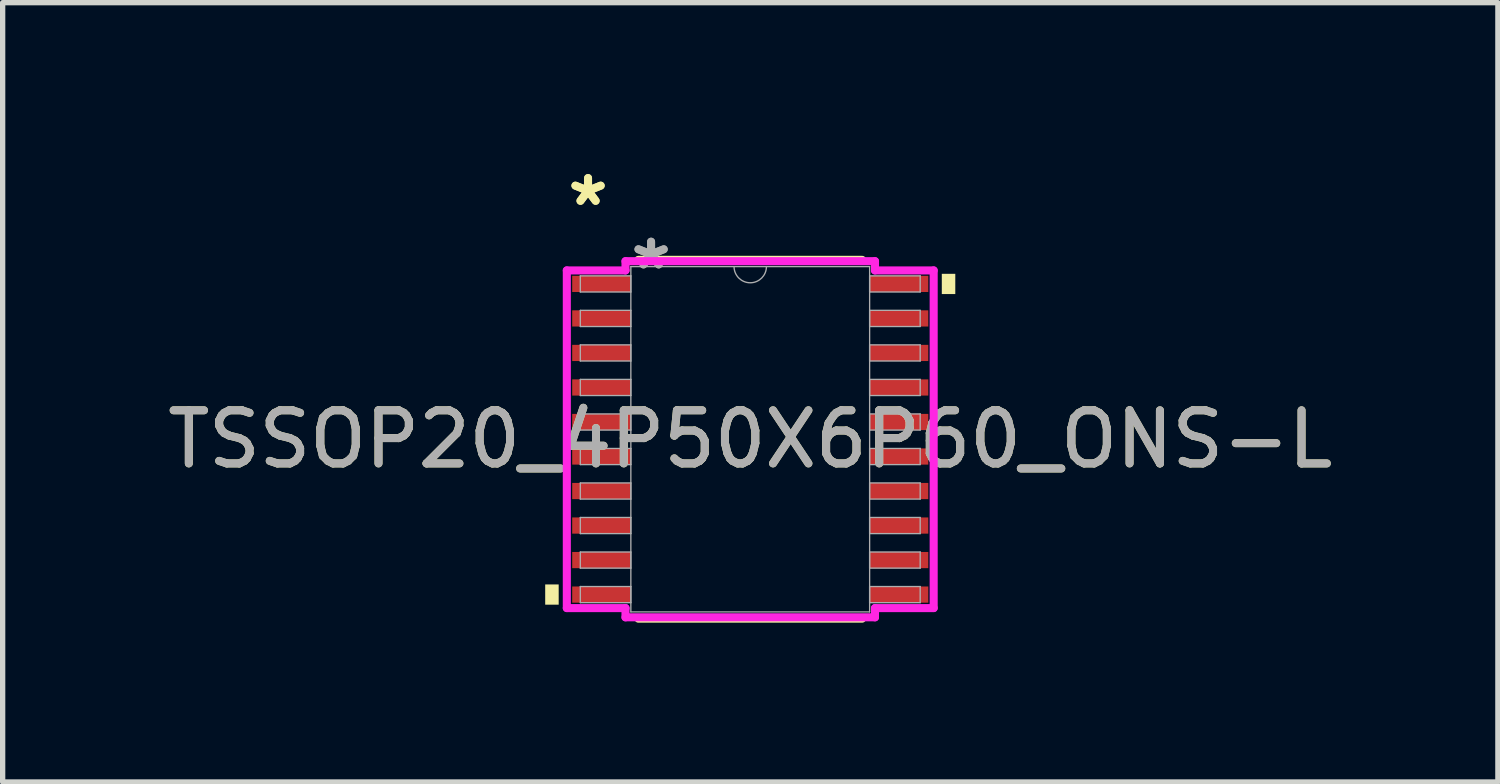
<source format=kicad_pcb>
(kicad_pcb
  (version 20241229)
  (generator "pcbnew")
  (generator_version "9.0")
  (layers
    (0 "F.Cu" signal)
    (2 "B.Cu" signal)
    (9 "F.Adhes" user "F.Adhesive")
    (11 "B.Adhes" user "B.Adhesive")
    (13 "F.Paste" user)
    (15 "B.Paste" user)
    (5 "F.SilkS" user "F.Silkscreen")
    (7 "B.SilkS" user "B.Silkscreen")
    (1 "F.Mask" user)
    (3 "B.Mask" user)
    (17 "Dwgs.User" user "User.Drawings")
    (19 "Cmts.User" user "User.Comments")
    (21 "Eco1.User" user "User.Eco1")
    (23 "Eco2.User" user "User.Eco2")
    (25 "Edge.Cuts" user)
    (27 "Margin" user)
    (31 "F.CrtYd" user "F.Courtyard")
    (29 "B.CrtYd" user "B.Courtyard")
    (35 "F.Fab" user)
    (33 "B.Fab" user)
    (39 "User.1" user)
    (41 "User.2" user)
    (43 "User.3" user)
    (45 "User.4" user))
  (footprint "TSSOP20_4P50X6P60_ONS-L"
    (layer "F.Cu")
    (at 11.077 5.221)
    (property "Reference" "TSSOP20_4P50X6P60_ONS-L" (at 0 0 0) (unlocked yes) (layer "F.SilkS") (effects (font (size 1 1) (thickness 0.15))))
    (attr smd)
    (fp_line (start -2.106 3.378) (end 2.106 3.378) (stroke (width 0.152) (type solid)) (layer "F.SilkS"))
    (fp_line (start 2.106 -3.378) (end -2.106 -3.378) (stroke (width 0.152) (type solid)) (layer "F.SilkS"))
    (fp_poly (pts (xy -3.861 2.734) (xy -3.861 3.115) (xy -3.607 3.115) (xy -3.607 2.734)) (stroke (width 0) (type solid)) (fill yes) (layer "F.SilkS"))
    (fp_poly (pts (xy 3.861 -3.115) (xy 3.861 -2.734) (xy 3.607 -2.734) (xy 3.607 -3.115)) (stroke (width 0) (type solid)) (fill yes) (layer "F.SilkS"))
    (fp_line (start -3.454 -3.179) (end -2.349 -3.179) (stroke (width 0.152) (type solid)) (layer "F.CrtYd"))
    (fp_line (start -3.454 3.179) (end -3.454 -3.179) (stroke (width 0.152) (type solid)) (layer "F.CrtYd"))
    (fp_line (start -3.454 3.179) (end -2.349 3.179) (stroke (width 0.152) (type solid)) (layer "F.CrtYd"))
    (fp_line (start -2.349 -3.353) (end 2.349 -3.353) (stroke (width 0.152) (type solid)) (layer "F.CrtYd"))
    (fp_line (start -2.349 -3.179) (end -2.349 -3.353) (stroke (width 0.152) (type solid)) (layer "F.CrtYd"))
    (fp_line (start -2.349 3.353) (end -2.349 3.179) (stroke (width 0.152) (type solid)) (layer "F.CrtYd"))
    (fp_line (start 2.349 -3.353) (end 2.349 -3.179) (stroke (width 0.152) (type solid)) (layer "F.CrtYd"))
    (fp_line (start 2.349 3.179) (end 2.349 3.353) (stroke (width 0.152) (type solid)) (layer "F.CrtYd"))
    (fp_line (start 2.349 3.353) (end -2.349 3.353) (stroke (width 0.152) (type solid)) (layer "F.CrtYd"))
    (fp_line (start 3.454 -3.179) (end 2.349 -3.179) (stroke (width 0.152) (type solid)) (layer "F.CrtYd"))
    (fp_line (start 3.454 -3.179) (end 3.454 3.179) (stroke (width 0.152) (type solid)) (layer "F.CrtYd"))
    (fp_line (start 3.454 3.179) (end 2.349 3.179) (stroke (width 0.152) (type solid)) (layer "F.CrtYd"))
    (fp_line (start -3.2 -3.077) (end -3.2 -2.773) (stroke (width 0.025) (type solid)) (layer "F.Fab"))
    (fp_line (start -3.2 -2.773) (end -2.248 -2.773) (stroke (width 0.025) (type solid)) (layer "F.Fab"))
    (fp_line (start -3.2 -2.427) (end -3.2 -2.123) (stroke (width 0.025) (type solid)) (layer "F.Fab"))
    (fp_line (start -3.2 -2.123) (end -2.248 -2.123) (stroke (width 0.025) (type solid)) (layer "F.Fab"))
    (fp_line (start -3.2 -1.777) (end -3.2 -1.473) (stroke (width 0.025) (type solid)) (layer "F.Fab"))
    (fp_line (start -3.2 -1.473) (end -2.248 -1.473) (stroke (width 0.025) (type solid)) (layer "F.Fab"))
    (fp_line (start -3.2 -1.127) (end -3.2 -0.823) (stroke (width 0.025) (type solid)) (layer "F.Fab"))
    (fp_line (start -3.2 -0.823) (end -2.248 -0.823) (stroke (width 0.025) (type solid)) (layer "F.Fab"))
    (fp_line (start -3.2 -0.477) (end -3.2 -0.173) (stroke (width 0.025) (type solid)) (layer "F.Fab"))
    (fp_line (start -3.2 -0.173) (end -2.248 -0.173) (stroke (width 0.025) (type solid)) (layer "F.Fab"))
    (fp_line (start -3.2 0.173) (end -3.2 0.477) (stroke (width 0.025) (type solid)) (layer "F.Fab"))
    (fp_line (start -3.2 0.477) (end -2.248 0.477) (stroke (width 0.025) (type solid)) (layer "F.Fab"))
    (fp_line (start -3.2 0.823) (end -3.2 1.127) (stroke (width 0.025) (type solid)) (layer "F.Fab"))
    (fp_line (start -3.2 1.127) (end -2.248 1.127) (stroke (width 0.025) (type solid)) (layer "F.Fab"))
    (fp_line (start -3.2 1.473) (end -3.2 1.777) (stroke (width 0.025) (type solid)) (layer "F.Fab"))
    (fp_line (start -3.2 1.777) (end -2.248 1.777) (stroke (width 0.025) (type solid)) (layer "F.Fab"))
    (fp_line (start -3.2 2.123) (end -3.2 2.427) (stroke (width 0.025) (type solid)) (layer "F.Fab"))
    (fp_line (start -3.2 2.427) (end -2.248 2.427) (stroke (width 0.025) (type solid)) (layer "F.Fab"))
    (fp_line (start -3.2 2.773) (end -3.2 3.077) (stroke (width 0.025) (type solid)) (layer "F.Fab"))
    (fp_line (start -3.2 3.077) (end -2.248 3.077) (stroke (width 0.025) (type solid)) (layer "F.Fab"))
    (fp_line (start -2.248 -3.251) (end -2.248 3.251) (stroke (width 0.025) (type solid)) (layer "F.Fab"))
    (fp_line (start -2.248 -3.077) (end -3.2 -3.077) (stroke (width 0.025) (type solid)) (layer "F.Fab"))
    (fp_line (start -2.248 -2.773) (end -2.248 -3.077) (stroke (width 0.025) (type solid)) (layer "F.Fab"))
    (fp_line (start -2.248 -2.427) (end -3.2 -2.427) (stroke (width 0.025) (type solid)) (layer "F.Fab"))
    (fp_line (start -2.248 -2.123) (end -2.248 -2.427) (stroke (width 0.025) (type solid)) (layer "F.Fab"))
    (fp_line (start -2.248 -1.777) (end -3.2 -1.777) (stroke (width 0.025) (type solid)) (layer "F.Fab"))
    (fp_line (start -2.248 -1.473) (end -2.248 -1.777) (stroke (width 0.025) (type solid)) (layer "F.Fab"))
    (fp_line (start -2.248 -1.127) (end -3.2 -1.127) (stroke (width 0.025) (type solid)) (layer "F.Fab"))
    (fp_line (start -2.248 -0.823) (end -2.248 -1.127) (stroke (width 0.025) (type solid)) (layer "F.Fab"))
    (fp_line (start -2.248 -0.477) (end -3.2 -0.477) (stroke (width 0.025) (type solid)) (layer "F.Fab"))
    (fp_line (start -2.248 -0.173) (end -2.248 -0.477) (stroke (width 0.025) (type solid)) (layer "F.Fab"))
    (fp_line (start -2.248 0.173) (end -3.2 0.173) (stroke (width 0.025) (type solid)) (layer "F.Fab"))
    (fp_line (start -2.248 0.477) (end -2.248 0.173) (stroke (width 0.025) (type solid)) (layer "F.Fab"))
    (fp_line (start -2.248 0.823) (end -3.2 0.823) (stroke (width 0.025) (type solid)) (layer "F.Fab"))
    (fp_line (start -2.248 1.127) (end -2.248 0.823) (stroke (width 0.025) (type solid)) (layer "F.Fab"))
    (fp_line (start -2.248 1.473) (end -3.2 1.473) (stroke (width 0.025) (type solid)) (layer "F.Fab"))
    (fp_line (start -2.248 1.777) (end -2.248 1.473) (stroke (width 0.025) (type solid)) (layer "F.Fab"))
    (fp_line (start -2.248 2.123) (end -3.2 2.123) (stroke (width 0.025) (type solid)) (layer "F.Fab"))
    (fp_line (start -2.248 2.427) (end -2.248 2.123) (stroke (width 0.025) (type solid)) (layer "F.Fab"))
    (fp_line (start -2.248 2.773) (end -3.2 2.773) (stroke (width 0.025) (type solid)) (layer "F.Fab"))
    (fp_line (start -2.248 3.077) (end -2.248 2.773) (stroke (width 0.025) (type solid)) (layer "F.Fab"))
    (fp_line (start -2.248 3.251) (end 2.248 3.251) (stroke (width 0.025) (type solid)) (layer "F.Fab"))
    (fp_line (start 2.248 -3.251) (end -2.248 -3.251) (stroke (width 0.025) (type solid)) (layer "F.Fab"))
    (fp_line (start 2.248 -3.077) (end 2.248 -2.773) (stroke (width 0.025) (type solid)) (layer "F.Fab"))
    (fp_line (start 2.248 -2.773) (end 3.2 -2.773) (stroke (width 0.025) (type solid)) (layer "F.Fab"))
    (fp_line (start 2.248 -2.427) (end 2.248 -2.123) (stroke (width 0.025) (type solid)) (layer "F.Fab"))
    (fp_line (start 2.248 -2.123) (end 3.2 -2.123) (stroke (width 0.025) (type solid)) (layer "F.Fab"))
    (fp_line (start 2.248 -1.777) (end 2.248 -1.473) (stroke (width 0.025) (type solid)) (layer "F.Fab"))
    (fp_line (start 2.248 -1.473) (end 3.2 -1.473) (stroke (width 0.025) (type solid)) (layer "F.Fab"))
    (fp_line (start 2.248 -1.127) (end 2.248 -0.823) (stroke (width 0.025) (type solid)) (layer "F.Fab"))
    (fp_line (start 2.248 -0.823) (end 3.2 -0.823) (stroke (width 0.025) (type solid)) (layer "F.Fab"))
    (fp_line (start 2.248 -0.477) (end 2.248 -0.173) (stroke (width 0.025) (type solid)) (layer "F.Fab"))
    (fp_line (start 2.248 -0.173) (end 3.2 -0.173) (stroke (width 0.025) (type solid)) (layer "F.Fab"))
    (fp_line (start 2.248 0.173) (end 2.248 0.477) (stroke (width 0.025) (type solid)) (layer "F.Fab"))
    (fp_line (start 2.248 0.477) (end 3.2 0.477) (stroke (width 0.025) (type solid)) (layer "F.Fab"))
    (fp_line (start 2.248 0.823) (end 2.248 1.127) (stroke (width 0.025) (type solid)) (layer "F.Fab"))
    (fp_line (start 2.248 1.127) (end 3.2 1.127) (stroke (width 0.025) (type solid)) (layer "F.Fab"))
    (fp_line (start 2.248 1.473) (end 2.248 1.777) (stroke (width 0.025) (type solid)) (layer "F.Fab"))
    (fp_line (start 2.248 1.777) (end 3.2 1.777) (stroke (width 0.025) (type solid)) (layer "F.Fab"))
    (fp_line (start 2.248 2.123) (end 2.248 2.427) (stroke (width 0.025) (type solid)) (layer "F.Fab"))
    (fp_line (start 2.248 2.427) (end 3.2 2.427) (stroke (width 0.025) (type solid)) (layer "F.Fab"))
    (fp_line (start 2.248 2.773) (end 2.248 3.077) (stroke (width 0.025) (type solid)) (layer "F.Fab"))
    (fp_line (start 2.248 3.077) (end 3.2 3.077) (stroke (width 0.025) (type solid)) (layer "F.Fab"))
    (fp_line (start 2.248 3.251) (end 2.248 -3.251) (stroke (width 0.025) (type solid)) (layer "F.Fab"))
    (fp_line (start 3.2 -3.077) (end 2.248 -3.077) (stroke (width 0.025) (type solid)) (layer "F.Fab"))
    (fp_line (start 3.2 -2.773) (end 3.2 -3.077) (stroke (width 0.025) (type solid)) (layer "F.Fab"))
    (fp_line (start 3.2 -2.427) (end 2.248 -2.427) (stroke (width 0.025) (type solid)) (layer "F.Fab"))
    (fp_line (start 3.2 -2.123) (end 3.2 -2.427) (stroke (width 0.025) (type solid)) (layer "F.Fab"))
    (fp_line (start 3.2 -1.777) (end 2.248 -1.777) (stroke (width 0.025) (type solid)) (layer "F.Fab"))
    (fp_line (start 3.2 -1.473) (end 3.2 -1.777) (stroke (width 0.025) (type solid)) (layer "F.Fab"))
    (fp_line (start 3.2 -1.127) (end 2.248 -1.127) (stroke (width 0.025) (type solid)) (layer "F.Fab"))
    (fp_line (start 3.2 -0.823) (end 3.2 -1.127) (stroke (width 0.025) (type solid)) (layer "F.Fab"))
    (fp_line (start 3.2 -0.477) (end 2.248 -0.477) (stroke (width 0.025) (type solid)) (layer "F.Fab"))
    (fp_line (start 3.2 -0.173) (end 3.2 -0.477) (stroke (width 0.025) (type solid)) (layer "F.Fab"))
    (fp_line (start 3.2 0.173) (end 2.248 0.173) (stroke (width 0.025) (type solid)) (layer "F.Fab"))
    (fp_line (start 3.2 0.477) (end 3.2 0.173) (stroke (width 0.025) (type solid)) (layer "F.Fab"))
    (fp_line (start 3.2 0.823) (end 2.248 0.823) (stroke (width 0.025) (type solid)) (layer "F.Fab"))
    (fp_line (start 3.2 1.127) (end 3.2 0.823) (stroke (width 0.025) (type solid)) (layer "F.Fab"))
    (fp_line (start 3.2 1.473) (end 2.248 1.473) (stroke (width 0.025) (type solid)) (layer "F.Fab"))
    (fp_line (start 3.2 1.777) (end 3.2 1.473) (stroke (width 0.025) (type solid)) (layer "F.Fab"))
    (fp_line (start 3.2 2.123) (end 2.248 2.123) (stroke (width 0.025) (type solid)) (layer "F.Fab"))
    (fp_line (start 3.2 2.427) (end 3.2 2.123) (stroke (width 0.025) (type solid)) (layer "F.Fab"))
    (fp_line (start 3.2 2.773) (end 2.248 2.773) (stroke (width 0.025) (type solid)) (layer "F.Fab"))
    (fp_line (start 3.2 3.077) (end 3.2 2.773) (stroke (width 0.025) (type solid)) (layer "F.Fab"))
    (fp_arc (start 0.3048 -3.2512) (mid 0 -2.9464) (end -0.3048 -3.2512) (stroke (width 0.0254) (type solid)) (layer "F.Fab"))
    (fp_text user "*" (at -3.054 -4.373 0) (unlocked yes) (layer "F.SilkS") (effects (font (size 1 1) (thickness 0.15))))
    (fp_text user "*" (at -3.054 -4.373 0) (layer "F.SilkS") (effects (font (size 1 1) (thickness 0.15))))
    (fp_text user "${REFERENCE}" (at 0 0 0) (unlocked yes) (layer "F.Fab") (effects (font (size 1 1) (thickness 0.15))))
    (fp_text user "*" (at -1.867 -3.175 0) (layer "F.Fab") (effects (font (size 1 1) (thickness 0.15))))
    (fp_text user "*" (at -1.867 -3.175 0) (unlocked yes) (layer "F.Fab") (effects (font (size 1 1) (thickness 0.15))))
    (pad "1" smd rect (at -2.8 -2.925) (size 1.105 0.305) (layers "F.Cu" "F.Mask" "F.Paste"))
    (pad "2" smd rect (at -2.8 -2.275) (size 1.105 0.305) (layers "F.Cu" "F.Mask" "F.Paste"))
    (pad "3" smd rect (at -2.8 -1.625) (size 1.105 0.305) (layers "F.Cu" "F.Mask" "F.Paste"))
    (pad "4" smd rect (at -2.8 -0.975) (size 1.105 0.305) (layers "F.Cu" "F.Mask" "F.Paste"))
    (pad "5" smd rect (at -2.8 -0.325) (size 1.105 0.305) (layers "F.Cu" "F.Mask" "F.Paste"))
    (pad "6" smd rect (at -2.8 0.325) (size 1.105 0.305) (layers "F.Cu" "F.Mask" "F.Paste"))
    (pad "7" smd rect (at -2.8 0.975) (size 1.105 0.305) (layers "F.Cu" "F.Mask" "F.Paste"))
    (pad "8" smd rect (at -2.8 1.625) (size 1.105 0.305) (layers "F.Cu" "F.Mask" "F.Paste"))
    (pad "9" smd rect (at -2.8 2.275) (size 1.105 0.305) (layers "F.Cu" "F.Mask" "F.Paste"))
    (pad "10" smd rect (at -2.8 2.925) (size 1.105 0.305) (layers "F.Cu" "F.Mask" "F.Paste"))
    (pad "11" smd rect (at 2.8 2.925) (size 1.105 0.305) (layers "F.Cu" "F.Mask" "F.Paste"))
    (pad "12" smd rect (at 2.8 2.275) (size 1.105 0.305) (layers "F.Cu" "F.Mask" "F.Paste"))
    (pad "13" smd rect (at 2.8 1.625) (size 1.105 0.305) (layers "F.Cu" "F.Mask" "F.Paste"))
    (pad "14" smd rect (at 2.8 0.975) (size 1.105 0.305) (layers "F.Cu" "F.Mask" "F.Paste"))
    (pad "15" smd rect (at 2.8 0.325) (size 1.105 0.305) (layers "F.Cu" "F.Mask" "F.Paste"))
    (pad "16" smd rect (at 2.8 -0.325) (size 1.105 0.305) (layers "F.Cu" "F.Mask" "F.Paste"))
    (pad "17" smd rect (at 2.8 -0.975) (size 1.105 0.305) (layers "F.Cu" "F.Mask" "F.Paste"))
    (pad "18" smd rect (at 2.8 -1.625) (size 1.105 0.305) (layers "F.Cu" "F.Mask" "F.Paste"))
    (pad "19" smd rect (at 2.8 -2.275) (size 1.105 0.305) (layers "F.Cu" "F.Mask" "F.Paste"))
    (pad "20" smd rect (at 2.8 -2.925) (size 1.105 0.305) (layers "F.Cu" "F.Mask" "F.Paste")))
  (gr_rect
    (start -3 -3)
    (end 25.155 11.675)
    (stroke (width 0.1) (type default))
    (fill no)
    (layer "Edge.Cuts")))
</source>
